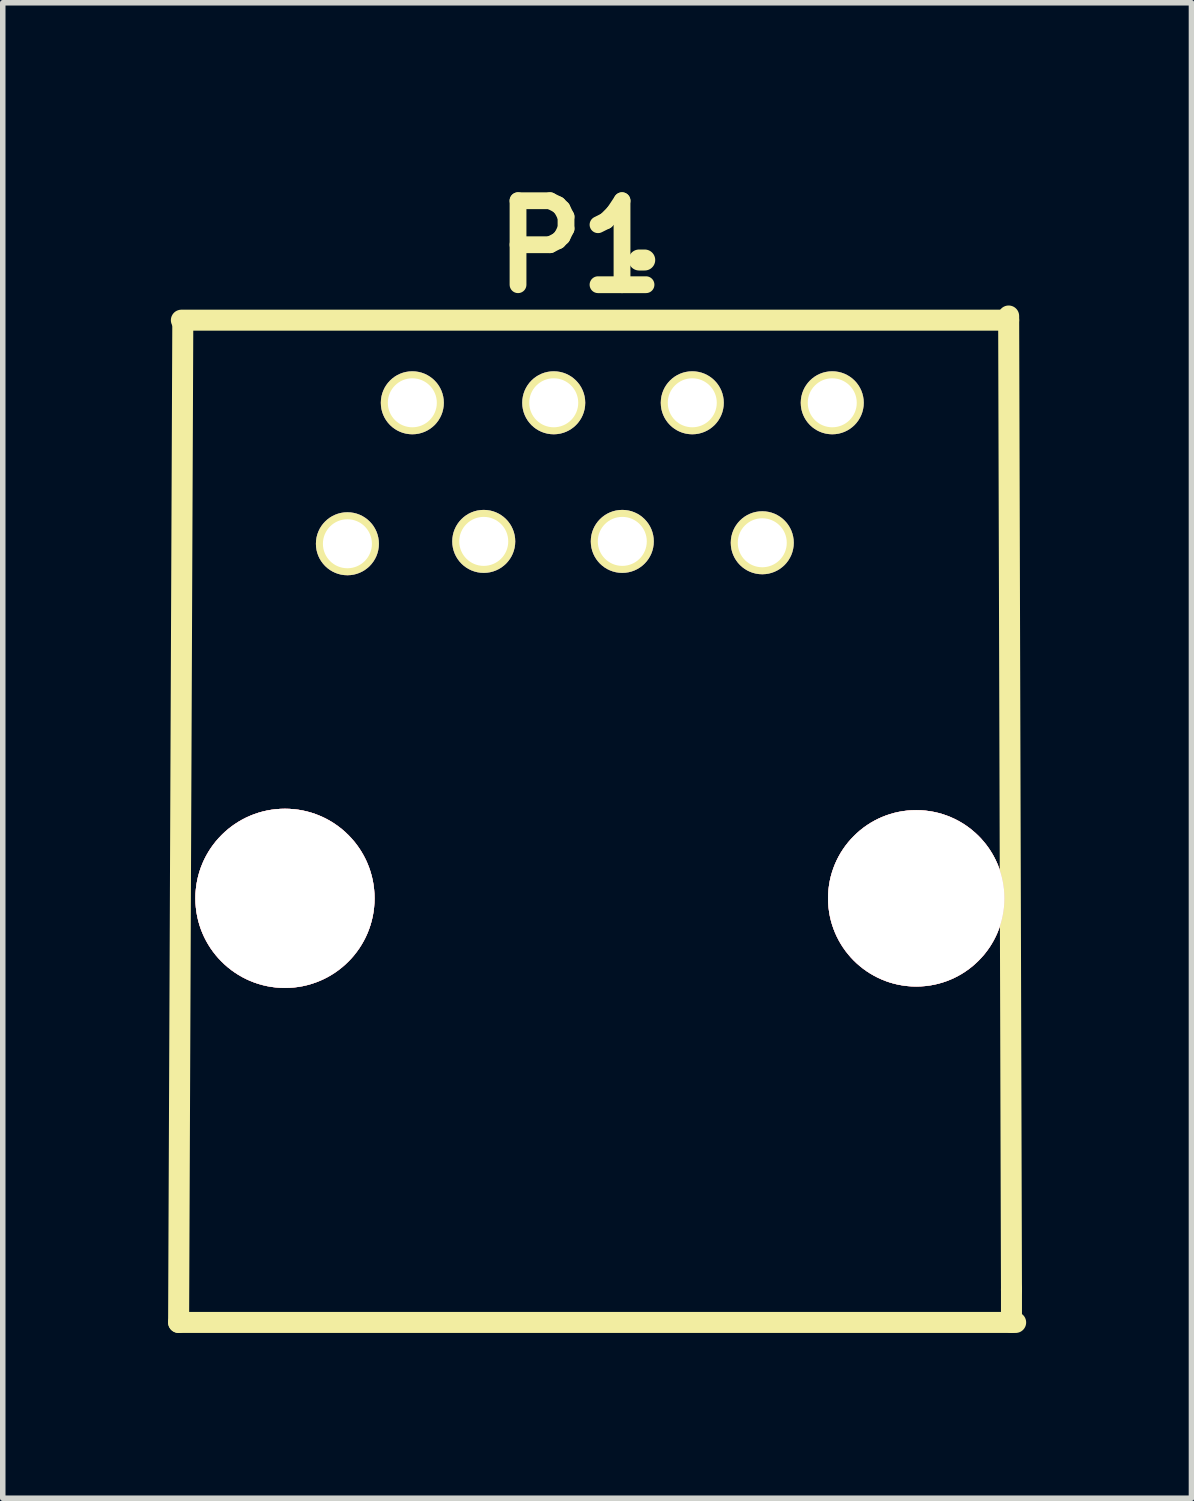
<source format=kicad_pcb>
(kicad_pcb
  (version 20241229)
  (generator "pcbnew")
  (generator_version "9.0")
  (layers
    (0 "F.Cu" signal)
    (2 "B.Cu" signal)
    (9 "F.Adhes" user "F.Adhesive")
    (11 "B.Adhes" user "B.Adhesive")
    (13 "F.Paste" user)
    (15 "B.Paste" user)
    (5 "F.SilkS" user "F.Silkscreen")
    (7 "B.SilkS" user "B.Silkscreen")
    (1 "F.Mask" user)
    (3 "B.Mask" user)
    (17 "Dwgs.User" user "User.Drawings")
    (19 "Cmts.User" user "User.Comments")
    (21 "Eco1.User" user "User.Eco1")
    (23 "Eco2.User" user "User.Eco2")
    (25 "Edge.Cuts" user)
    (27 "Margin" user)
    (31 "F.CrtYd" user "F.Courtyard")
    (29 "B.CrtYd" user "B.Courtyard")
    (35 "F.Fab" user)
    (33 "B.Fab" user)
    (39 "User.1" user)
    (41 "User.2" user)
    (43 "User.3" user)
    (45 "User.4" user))
  (footprint "P1"
    (layer "F.Cu")
    (at 7.582 6.799)
    (property "Reference" "P1" (at -0.107 -5.372 0) (layer "F.SilkS") (effects (font (size 1.524 1.524) (thickness 0.305))))
    (attr through_hole)
    (fp_line (start -7.391 14.148) (end 7.798 14.148) (stroke (width 0.381) (type solid)) (layer "F.SilkS"))
    (fp_line (start -7.315 -3.988) (end -7.391 14.148) (stroke (width 0.381) (type solid)) (layer "F.SilkS"))
    (fp_line (start 1.067 -5.131) (end 0.965 -5.131) (stroke (width 0.381) (type solid)) (layer "F.SilkS"))
    (fp_line (start 7.671 -4.115) (end 7.722 13.564) (stroke (width 0.381) (type solid)) (layer "F.SilkS"))
    (fp_line (start 7.671 -4.039) (end -7.341 -4.039) (stroke (width 0.381) (type solid)) (layer "F.SilkS"))
    (fp_line (start 7.722 13.538) (end 7.722 14.148) (stroke (width 0.381) (type solid)) (layer "F.SilkS"))
    (pad "1" thru_hole circle (at -4.328 0.018) (size 1.143 1.143) (drill 0.889) (layers "*.Cu" "*.Mask" "F.SilkS"))
    (pad "2" thru_hole circle (at -3.15 -2.54) (size 1.143 1.143) (drill 0.889) (layers "*.Cu" "*.Mask" "F.SilkS"))
    (pad "3" thru_hole circle (at -1.854 -0.025) (size 1.143 1.143) (drill 0.889) (layers "*.Cu" "*.Mask" "F.SilkS"))
    (pad "4" thru_hole circle (at -0.584 -2.54) (size 1.143 1.143) (drill 0.889) (layers "*.Cu" "*.Mask" "F.SilkS"))
    (pad "5" thru_hole circle (at 0.66 -0.025) (size 1.143 1.143) (drill 0.889) (layers "*.Cu" "*.Mask" "F.SilkS"))
    (pad "6" thru_hole circle (at 1.93 -2.54) (size 1.143 1.143) (drill 0.889) (layers "*.Cu" "*.Mask" "F.SilkS"))
    (pad "7" thru_hole circle (at 3.2 0) (size 1.143 1.143) (drill 0.889) (layers "*.Cu" "*.Mask" "F.SilkS"))
    (pad "8" thru_hole circle (at 4.47 -2.54) (size 1.143 1.143) (drill 0.889) (layers "*.Cu" "*.Mask" "F.SilkS"))
    (pad "A" thru_hole circle (at -5.461 6.452) (size 3.251 3.251) (drill 3.251) (layers "*.Cu" "*.SilkS" "*.Mask" "F.Adhes"))
    (pad "B" thru_hole circle (at 5.994 6.452) (size 3.2 3.2) (drill 3.2) (layers "*.Cu" "*.SilkS" "*.Mask" "F.Adhes")))
  (gr_rect
    (start -3 -3)
    (end 18.57 24.137)
    (stroke (width 0.1) (type default))
    (fill no)
    (layer "Edge.Cuts")))
</source>
